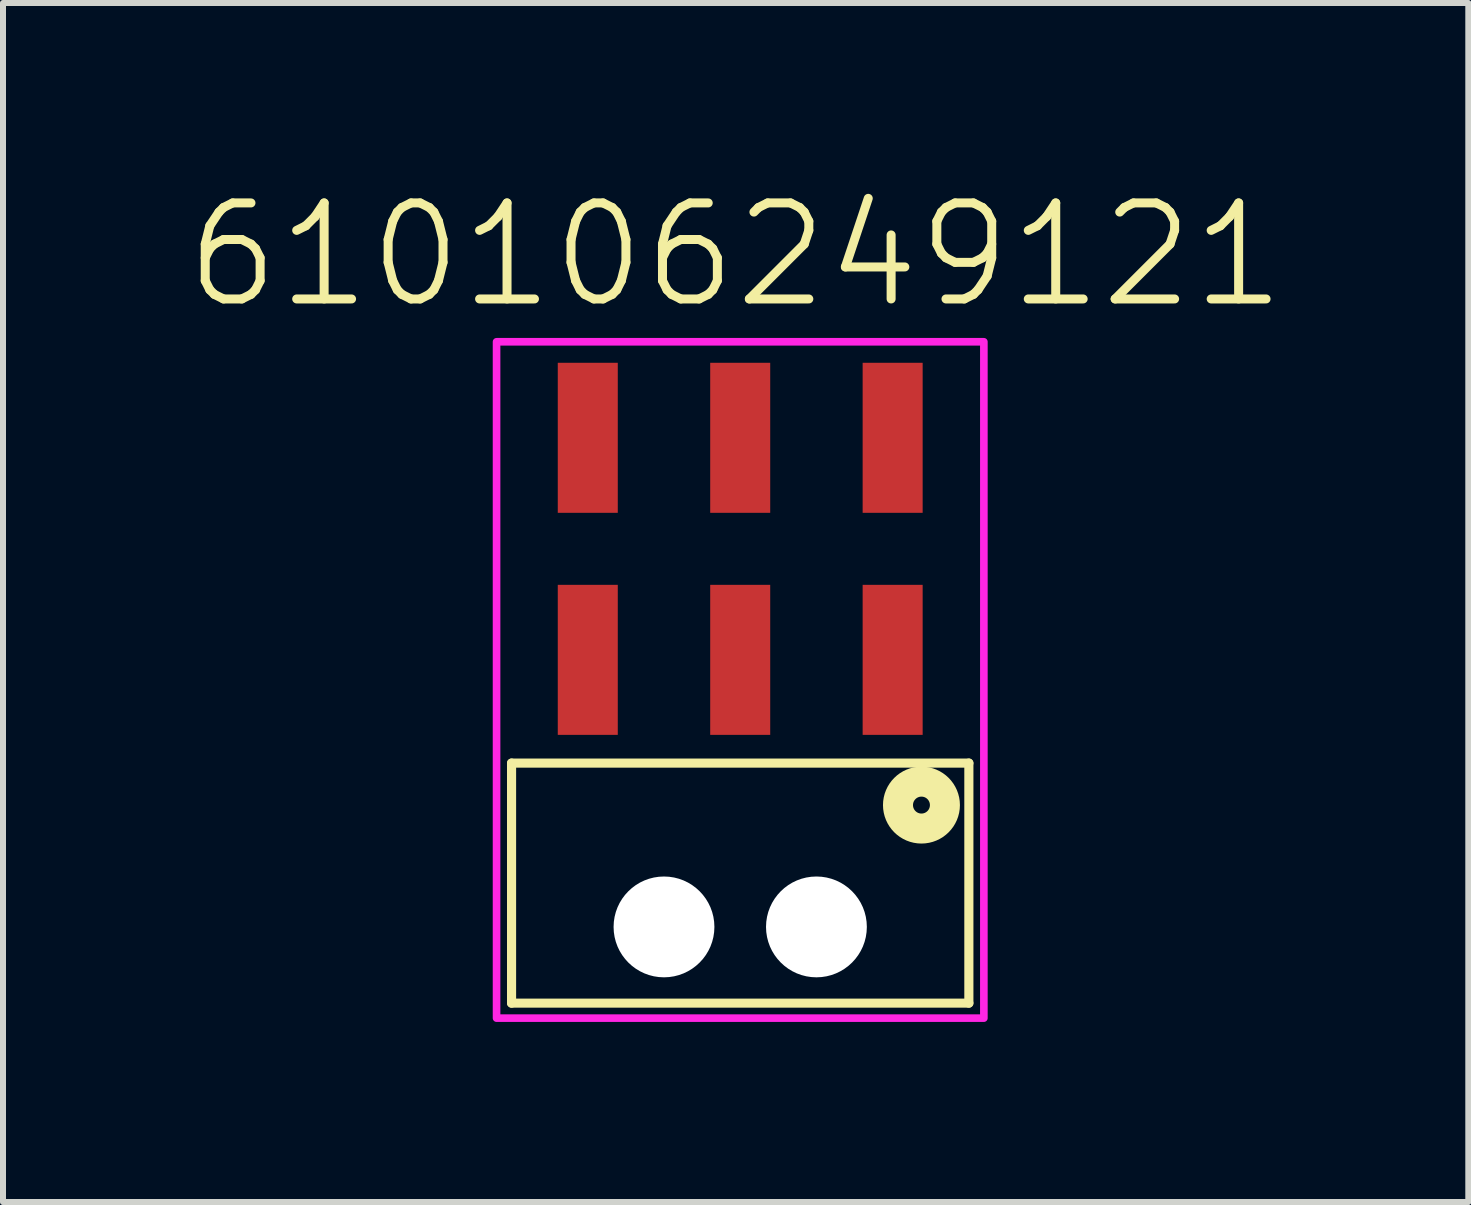
<source format=kicad_pcb>
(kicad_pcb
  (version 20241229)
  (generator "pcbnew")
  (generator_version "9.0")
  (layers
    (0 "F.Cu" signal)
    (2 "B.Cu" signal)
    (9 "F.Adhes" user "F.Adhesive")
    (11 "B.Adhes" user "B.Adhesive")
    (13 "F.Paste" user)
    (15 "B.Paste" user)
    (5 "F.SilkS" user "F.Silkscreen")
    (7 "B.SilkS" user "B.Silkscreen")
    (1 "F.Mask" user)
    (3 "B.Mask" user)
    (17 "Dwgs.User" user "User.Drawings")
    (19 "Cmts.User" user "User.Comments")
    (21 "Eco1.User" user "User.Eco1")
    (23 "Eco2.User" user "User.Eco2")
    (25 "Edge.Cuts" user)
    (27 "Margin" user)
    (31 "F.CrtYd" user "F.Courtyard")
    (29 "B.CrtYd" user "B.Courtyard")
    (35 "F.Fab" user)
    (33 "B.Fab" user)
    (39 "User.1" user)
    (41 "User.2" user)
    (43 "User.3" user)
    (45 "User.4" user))
  (footprint "610106249121"
    (layer "F.Cu")
    (at 9.284 12.395)
    (property "Reference" "610106249121" (at -0.076 -11.196 0) (layer "F.SilkS") (effects (font (size 1.6 1.6) (thickness 0.15))))
    (attr through_hole)
    (fp_line (start -3.81 -2.73) (end -3.81 1.27) (stroke (width 0.152) (type solid)) (layer "F.SilkS"))
    (fp_line (start 3.81 -2.73) (end -3.81 -2.73) (stroke (width 0.152) (type solid)) (layer "F.SilkS"))
    (fp_line (start 3.81 -2.73) (end 3.81 1.27) (stroke (width 0.152) (type solid)) (layer "F.SilkS"))
    (fp_line (start 3.81 1.27) (end -3.81 1.27) (stroke (width 0.152) (type solid)) (layer "F.SilkS"))
    (fp_circle (center 3.02 -2.03) (end 3.161 -2.03) (stroke (width 0.5) (type solid)) (fill no) (layer "F.SilkS"))
    (fp_poly (pts (xy -4.06 -9.75) (xy 4.06 -9.75) (xy 4.06 1.52) (xy -4.06 1.52)) (stroke (width 0.127) (type solid)) (fill no) (layer "F.CrtYd"))
    (pad "" np_thru_hole circle (at -1.27 0) (size 1.68 1.68) (drill 1.68) (layers "*.Cu" "*.Mask"))
    (pad "" np_thru_hole circle (at 1.27 0) (size 1.68 1.68) (drill 1.68) (layers "*.Cu" "*.Mask"))
    (pad "1" smd rect (at 2.54 -4.45) (size 1 2.5) (layers "F.Cu" "F.Mask" "F.Paste"))
    (pad "2" smd rect (at 2.54 -8.15) (size 1 2.5) (layers "F.Cu" "F.Mask" "F.Paste"))
    (pad "3" smd rect (at 0 -4.45) (size 1 2.5) (layers "F.Cu" "F.Mask" "F.Paste"))
    (pad "4" smd rect (at 0 -8.15) (size 1 2.5) (layers "F.Cu" "F.Mask" "F.Paste"))
    (pad "5" smd rect (at -2.54 -4.45) (size 1 2.5) (layers "F.Cu" "F.Mask" "F.Paste"))
    (pad "6" smd rect (at -2.54 -8.15) (size 1 2.5) (layers "F.Cu" "F.Mask" "F.Paste")))
  (gr_rect
    (start -3 -3)
    (end 21.416 16.979)
    (stroke (width 0.1) (type default))
    (fill no)
    (layer "Edge.Cuts")))
</source>
